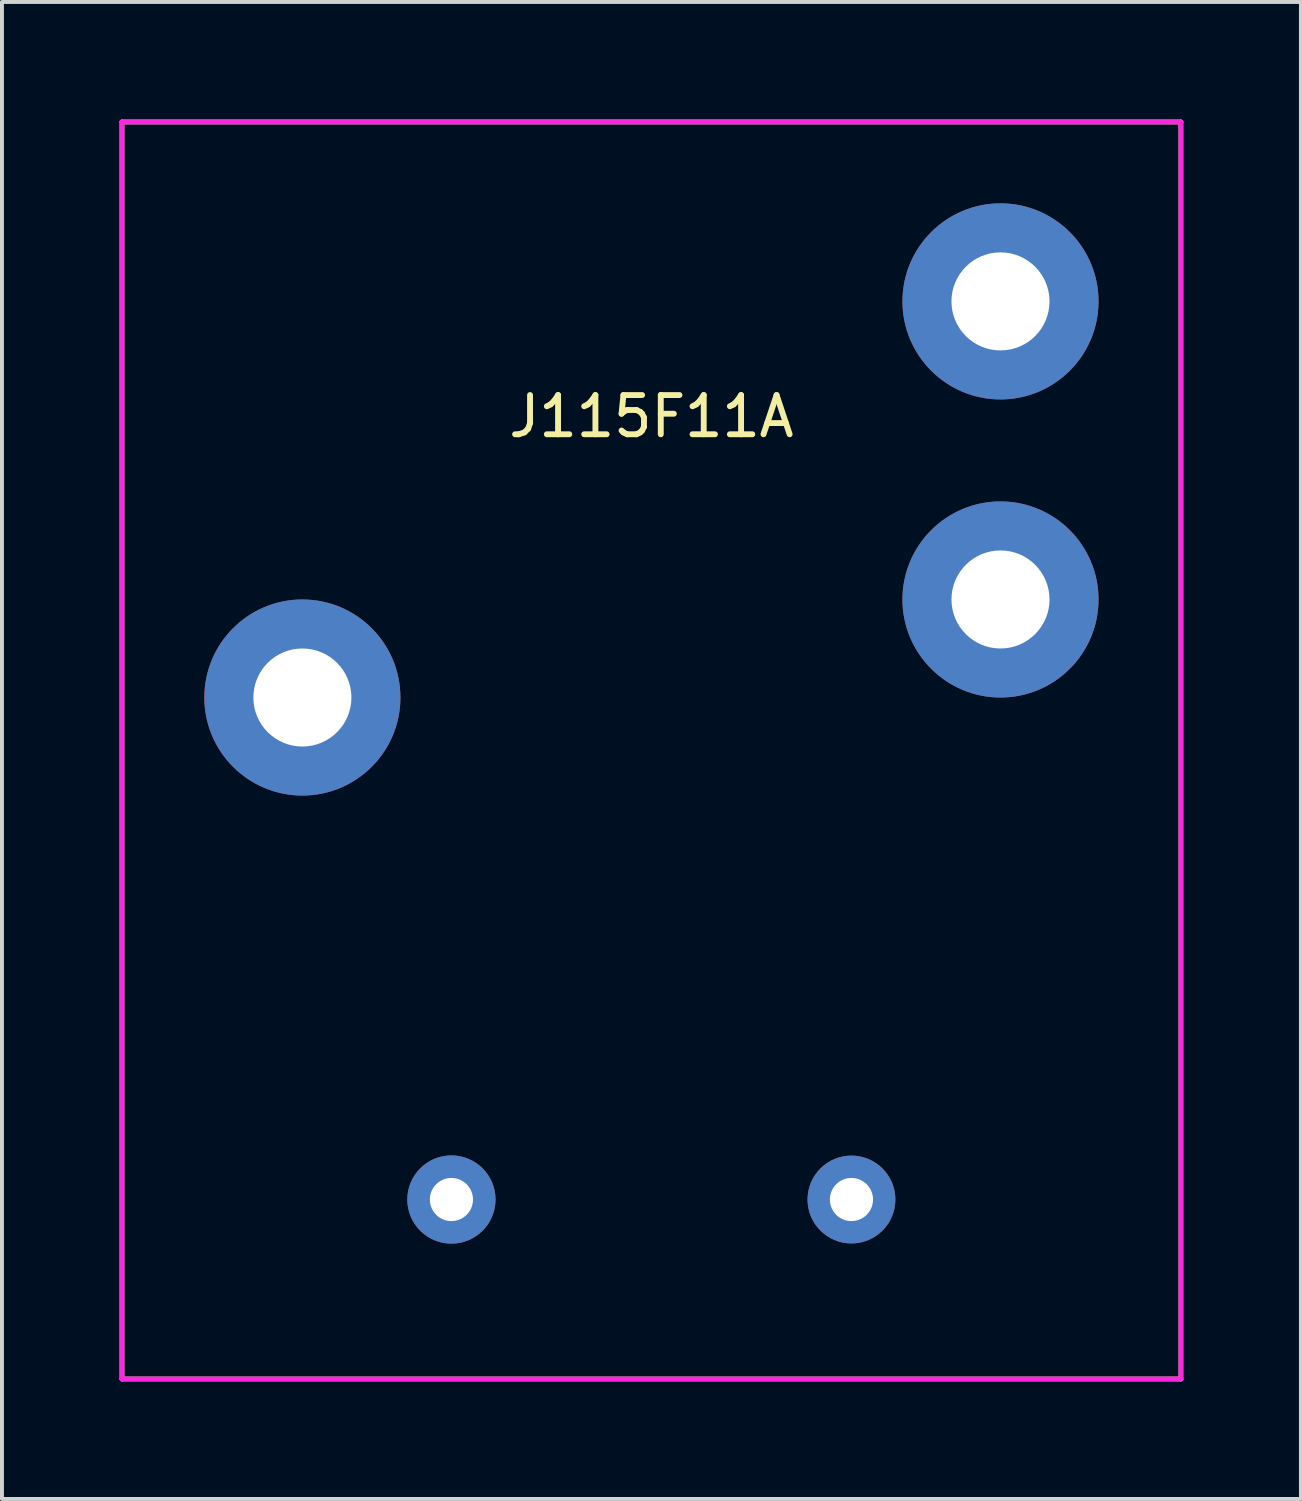
<source format=kicad_pcb>
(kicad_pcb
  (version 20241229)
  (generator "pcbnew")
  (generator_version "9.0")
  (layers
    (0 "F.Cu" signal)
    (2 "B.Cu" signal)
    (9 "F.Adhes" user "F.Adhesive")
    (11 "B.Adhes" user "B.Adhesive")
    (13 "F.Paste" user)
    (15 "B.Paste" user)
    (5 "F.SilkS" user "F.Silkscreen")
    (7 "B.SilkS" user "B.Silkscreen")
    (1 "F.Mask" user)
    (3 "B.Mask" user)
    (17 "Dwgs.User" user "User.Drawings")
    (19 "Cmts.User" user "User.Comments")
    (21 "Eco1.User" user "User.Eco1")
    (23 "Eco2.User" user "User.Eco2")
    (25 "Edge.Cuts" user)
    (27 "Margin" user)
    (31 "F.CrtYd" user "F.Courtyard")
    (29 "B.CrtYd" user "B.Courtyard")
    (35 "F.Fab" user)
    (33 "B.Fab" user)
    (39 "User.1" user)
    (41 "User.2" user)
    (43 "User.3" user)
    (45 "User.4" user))
  (footprint "J115F11A"
    (layer "F.Cu")
    (at 13.56 16.085)
    (property "Reference" "J115F11A" (at 0 -8.517 0) (layer "F.SilkS") (effects (font (size 1 1) (thickness 0.15))))
    (attr through_hole)
    (fp_line (start -13.5 -16.025) (end -13.5 16.025) (stroke (width 0.12) (type solid)) (layer "F.SilkS"))
    (fp_line (start -13.5 -16.025) (end 13.5 -16.025) (stroke (width 0.12) (type solid)) (layer "F.SilkS"))
    (fp_line (start -13.5 16.025) (end 13.5 16.025) (stroke (width 0.12) (type solid)) (layer "F.SilkS"))
    (fp_line (start 13.5 -16.025) (end 13.5 16.025) (stroke (width 0.12) (type solid)) (layer "F.SilkS"))
    (fp_line (start -13.5 -16.025) (end -13.5 16.025) (stroke (width 0.12) (type solid)) (layer "F.CrtYd"))
    (fp_line (start -13.5 -16.025) (end 13.5 -16.025) (stroke (width 0.12) (type solid)) (layer "F.CrtYd"))
    (fp_line (start -13.5 16.025) (end 13.5 16.025) (stroke (width 0.12) (type solid)) (layer "F.CrtYd"))
    (fp_line (start 13.5 -16.025) (end 13.5 16.025) (stroke (width 0.12) (type solid)) (layer "F.CrtYd"))
    (pad "1" thru_hole circle (at -5.1 11.45) (size 2.25 2.25) (drill 1.1) (layers "*.Cu" "*.Mask"))
    (pad "2" thru_hole circle (at 5.1 11.45) (size 2.24 2.24) (drill 1.1) (layers "*.Cu" "*.Mask"))
    (pad "3" thru_hole circle (at -8.9 -1.35) (size 5 5) (drill 2.5) (layers "*.Cu" "*.Mask"))
    (pad "4" thru_hole circle (at 8.9 -3.85) (size 5 5) (drill 2.5) (layers "*.Cu" "*.Mask"))
    (pad "5" thru_hole circle (at 8.9 -11.45) (size 5 5) (drill 2.5) (layers "*.Cu" "*.Mask")))
  (gr_rect
    (start -3 -3)
    (end 30.12 35.17)
    (stroke (width 0.1) (type default))
    (fill no)
    (layer "Edge.Cuts")))
</source>
